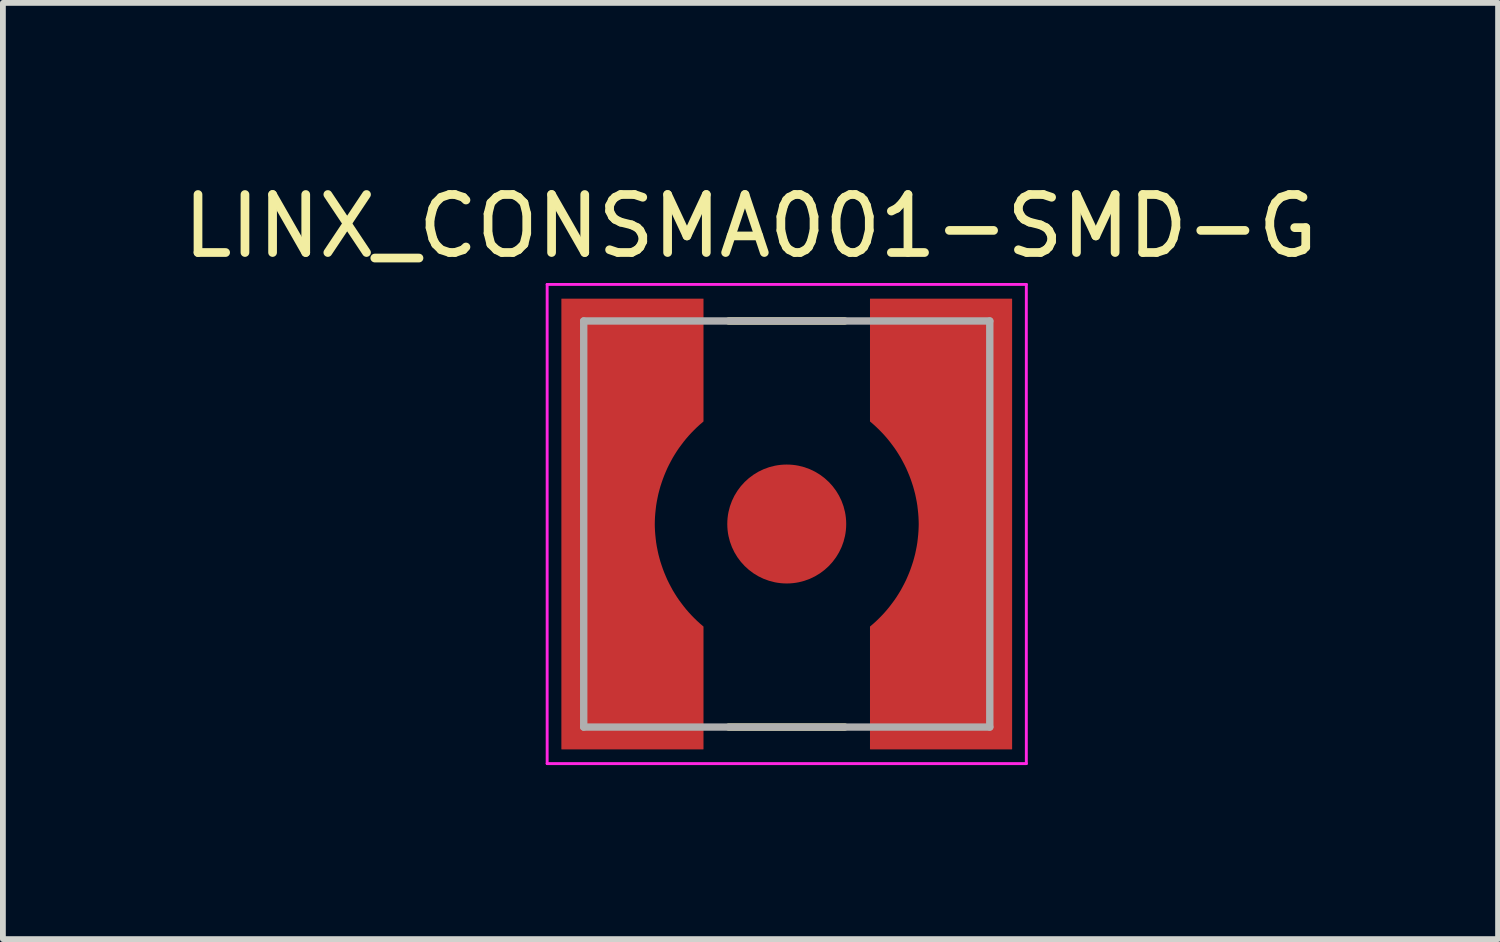
<source format=kicad_pcb>
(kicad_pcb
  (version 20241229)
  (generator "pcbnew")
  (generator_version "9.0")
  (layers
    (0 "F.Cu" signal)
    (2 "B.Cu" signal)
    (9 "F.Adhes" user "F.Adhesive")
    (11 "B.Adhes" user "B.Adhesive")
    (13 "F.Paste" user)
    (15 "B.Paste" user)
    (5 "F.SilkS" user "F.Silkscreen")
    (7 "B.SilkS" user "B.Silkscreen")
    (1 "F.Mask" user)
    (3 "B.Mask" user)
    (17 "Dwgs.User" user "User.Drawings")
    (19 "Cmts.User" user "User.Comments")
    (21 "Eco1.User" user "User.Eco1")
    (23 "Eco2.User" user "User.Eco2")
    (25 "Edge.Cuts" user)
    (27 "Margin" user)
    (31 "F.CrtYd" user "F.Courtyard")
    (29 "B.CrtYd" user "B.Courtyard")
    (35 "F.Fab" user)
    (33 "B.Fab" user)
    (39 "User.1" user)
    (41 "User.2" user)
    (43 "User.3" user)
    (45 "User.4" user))
  (footprint "LINX_CONSMA001-SMD-G"
    (layer "F.Cu")
    (at 10.512 5.983)
    (property "Reference" "LINX_CONSMA001-SMD-G" (at -0.625 -5.135 0) (layer "F.SilkS") (effects (font (size 1 1) (thickness 0.15))))
    (attr through_hole)
    (fp_poly (pts (xy -1.34 -3.98) (xy -3.98 -3.98) (xy -3.98 3.98) (xy -1.34 3.98) (xy -1.34 1.72) (xy -1.381 1.687) (xy -1.43 1.645) (xy -1.478 1.602) (xy -1.524 1.557) (xy -1.569 1.511) (xy -1.613 1.464) (xy -1.655 1.416) (xy -1.696 1.366) (xy -1.736 1.315) (xy -1.774 1.263) (xy -1.81 1.21) (xy -1.845 1.156) (xy -1.878 1.101) (xy -1.91 1.045) (xy -1.94 0.988) (xy -1.968 0.931) (xy -1.995 0.872) (xy -2.02 0.813) (xy -2.043 0.753) (xy -2.065 0.692) (xy -2.084 0.631) (xy -2.102 0.569) (xy -2.118 0.507) (xy -2.133 0.444) (xy -2.145 0.381) (xy -2.156 0.318) (xy -2.164 0.254) (xy -2.171 0.19) (xy -2.176 0.126) (xy -2.18 0.05) (xy -2.179 -0.028) (xy -2.176 -0.097) (xy -2.171 -0.166) (xy -2.164 -0.235) (xy -2.155 -0.303) (xy -2.144 -0.371) (xy -2.131 -0.439) (xy -2.116 -0.506) (xy -2.099 -0.573) (xy -2.08 -0.639) (xy -2.06 -0.705) (xy -2.037 -0.77) (xy -2.012 -0.835) (xy -1.986 -0.899) (xy -1.958 -0.962) (xy -1.928 -1.024) (xy -1.896 -1.085) (xy -1.862 -1.145) (xy -1.827 -1.204) (xy -1.79 -1.262) (xy -1.751 -1.32) (xy -1.711 -1.375) (xy -1.669 -1.43) (xy -1.625 -1.484) (xy -1.58 -1.536) (xy -1.533 -1.587) (xy -1.485 -1.636) (xy -1.436 -1.684) (xy -1.385 -1.731) (xy -1.34 -1.77) (xy -1.34 -3.98)) (stroke (width 0.01) (type solid)) (fill yes) (layer "F.Mask"))
    (fp_poly (pts (xy 1.34 -3.98) (xy 3.98 -3.98) (xy 3.98 3.98) (xy 1.34 3.98) (xy 1.34 1.72) (xy 1.391 1.677) (xy 1.441 1.633) (xy 1.489 1.588) (xy 1.536 1.542) (xy 1.581 1.494) (xy 1.625 1.445) (xy 1.667 1.395) (xy 1.708 1.343) (xy 1.748 1.29) (xy 1.786 1.237) (xy 1.822 1.182) (xy 1.857 1.126) (xy 1.89 1.069) (xy 1.921 1.011) (xy 1.951 0.952) (xy 1.979 0.892) (xy 2.005 0.832) (xy 2.03 0.771) (xy 2.053 0.709) (xy 2.074 0.647) (xy 2.093 0.584) (xy 2.11 0.52) (xy 2.125 0.456) (xy 2.139 0.391) (xy 2.15 0.327) (xy 2.16 0.261) (xy 2.168 0.196) (xy 2.174 0.13) (xy 2.178 0.065) (xy 2.18 0) (xy 2.179 -0.052) (xy 2.176 -0.119) (xy 2.171 -0.186) (xy 2.164 -0.253) (xy 2.156 -0.32) (xy 2.145 -0.387) (xy 2.132 -0.453) (xy 2.118 -0.519) (xy 2.101 -0.584) (xy 2.083 -0.649) (xy 2.062 -0.713) (xy 2.04 -0.777) (xy 2.016 -0.84) (xy 1.99 -0.902) (xy 1.963 -0.964) (xy 1.933 -1.025) (xy 1.902 -1.084) (xy 1.87 -1.143) (xy 1.835 -1.201) (xy 1.799 -1.258) (xy 1.761 -1.314) (xy 1.721 -1.368) (xy 1.68 -1.422) (xy 1.638 -1.474) (xy 1.594 -1.525) (xy 1.548 -1.575) (xy 1.501 -1.623) (xy 1.453 -1.67) (xy 1.403 -1.716) (xy 1.34 -1.77) (xy 1.34 -3.98)) (stroke (width 0.01) (type solid)) (fill yes) (layer "F.Mask"))
    (fp_line (start -1 -3.5) (end 1 -3.5) (stroke (width 0.127) (type solid)) (layer "F.SilkS"))
    (fp_line (start -1 3.5) (end 1 3.5) (stroke (width 0.127) (type solid)) (layer "F.SilkS"))
    (fp_poly (pts (xy -1.44 -3.88) (xy -3.88 -3.88) (xy -3.88 3.88) (xy -1.44 3.88) (xy -1.44 1.77) (xy -1.503 1.716) (xy -1.553 1.67) (xy -1.601 1.623) (xy -1.648 1.575) (xy -1.694 1.525) (xy -1.738 1.474) (xy -1.78 1.422) (xy -1.821 1.368) (xy -1.861 1.314) (xy -1.899 1.258) (xy -1.935 1.201) (xy -1.97 1.143) (xy -2.002 1.084) (xy -2.033 1.025) (xy -2.063 0.964) (xy -2.09 0.902) (xy -2.116 0.84) (xy -2.14 0.777) (xy -2.162 0.713) (xy -2.183 0.649) (xy -2.201 0.584) (xy -2.218 0.519) (xy -2.232 0.453) (xy -2.245 0.387) (xy -2.256 0.32) (xy -2.264 0.253) (xy -2.271 0.186) (xy -2.276 0.119) (xy -2.279 0.052) (xy -2.28 0) (xy -2.279 -0.052) (xy -2.276 -0.119) (xy -2.271 -0.186) (xy -2.264 -0.253) (xy -2.256 -0.32) (xy -2.245 -0.387) (xy -2.232 -0.453) (xy -2.218 -0.519) (xy -2.201 -0.584) (xy -2.183 -0.649) (xy -2.162 -0.713) (xy -2.14 -0.777) (xy -2.116 -0.84) (xy -2.09 -0.902) (xy -2.063 -0.964) (xy -2.033 -1.025) (xy -2.002 -1.084) (xy -1.97 -1.143) (xy -1.935 -1.201) (xy -1.899 -1.258) (xy -1.861 -1.314) (xy -1.821 -1.368) (xy -1.78 -1.422) (xy -1.738 -1.474) (xy -1.694 -1.525) (xy -1.648 -1.575) (xy -1.601 -1.623) (xy -1.553 -1.67) (xy -1.503 -1.716) (xy -1.44 -1.77) (xy -1.44 -3.88)) (stroke (width 0.01) (type solid)) (fill yes) (layer "F.Paste"))
    (fp_poly (pts (xy 1.44 -3.88) (xy 3.88 -3.88) (xy 3.88 3.88) (xy 1.44 3.88) (xy 1.44 1.77) (xy 1.503 1.716) (xy 1.553 1.67) (xy 1.601 1.623) (xy 1.648 1.575) (xy 1.694 1.525) (xy 1.738 1.474) (xy 1.78 1.422) (xy 1.821 1.368) (xy 1.861 1.314) (xy 1.899 1.258) (xy 1.935 1.201) (xy 1.97 1.143) (xy 2.002 1.084) (xy 2.033 1.025) (xy 2.063 0.964) (xy 2.09 0.902) (xy 2.116 0.84) (xy 2.14 0.777) (xy 2.162 0.713) (xy 2.183 0.649) (xy 2.201 0.584) (xy 2.218 0.519) (xy 2.232 0.453) (xy 2.245 0.387) (xy 2.256 0.32) (xy 2.264 0.253) (xy 2.271 0.186) (xy 2.276 0.119) (xy 2.279 0.052) (xy 2.28 0) (xy 2.279 -0.052) (xy 2.276 -0.119) (xy 2.271 -0.186) (xy 2.264 -0.253) (xy 2.256 -0.32) (xy 2.245 -0.387) (xy 2.232 -0.453) (xy 2.218 -0.519) (xy 2.201 -0.584) (xy 2.183 -0.649) (xy 2.162 -0.713) (xy 2.14 -0.777) (xy 2.116 -0.84) (xy 2.09 -0.902) (xy 2.063 -0.964) (xy 2.033 -1.025) (xy 2.002 -1.084) (xy 1.97 -1.143) (xy 1.935 -1.201) (xy 1.899 -1.258) (xy 1.861 -1.314) (xy 1.821 -1.368) (xy 1.78 -1.422) (xy 1.738 -1.474) (xy 1.694 -1.525) (xy 1.648 -1.575) (xy 1.601 -1.623) (xy 1.553 -1.67) (xy 1.503 -1.716) (xy 1.44 -1.77) (xy 1.44 -3.88)) (stroke (width 0.01) (type solid)) (fill yes) (layer "F.Paste"))
    (fp_line (start -4.13 -4.13) (end 4.13 -4.13) (stroke (width 0.05) (type solid)) (layer "F.CrtYd"))
    (fp_line (start -4.13 4.13) (end -4.13 -4.13) (stroke (width 0.05) (type solid)) (layer "F.CrtYd"))
    (fp_line (start 4.13 -4.13) (end 4.13 4.13) (stroke (width 0.05) (type solid)) (layer "F.CrtYd"))
    (fp_line (start 4.13 4.13) (end -4.13 4.13) (stroke (width 0.05) (type solid)) (layer "F.CrtYd"))
    (fp_line (start -3.5 -3.5) (end 3.5 -3.5) (stroke (width 0.127) (type solid)) (layer "F.Fab"))
    (fp_line (start -3.5 3.5) (end -3.5 -3.5) (stroke (width 0.127) (type solid)) (layer "F.Fab"))
    (fp_line (start 3.5 -3.5) (end 3.5 3.5) (stroke (width 0.127) (type solid)) (layer "F.Fab"))
    (fp_line (start 3.5 3.5) (end -3.5 3.5) (stroke (width 0.127) (type solid)) (layer "F.Fab"))
    (pad "1" smd circle (at 0 0) (size 2.05 2.05) (layers "F.Cu" "F.Mask" "F.Paste"))
    (pad "S1" smd custom (at -3.1 0) (size 1 1) (layers "F.Cu") (options (anchor rect)) (primitives (gr_poly (pts (xy 1.66 -3.88) (xy -0.78 -3.88) (xy -0.78 3.88) (xy 1.66 3.88) (xy 1.66 1.77) (xy 1.597 1.716) (xy 1.547 1.67) (xy 1.499 1.623) (xy 1.452 1.575) (xy 1.406 1.525) (xy 1.362 1.474) (xy 1.32 1.422) (xy 1.279 1.368) (xy 1.239 1.314) (xy 1.201 1.258) (xy 1.165 1.201) (xy 1.13 1.143) (xy 1.098 1.084) (xy 1.067 1.025) (xy 1.037 0.964) (xy 1.01 0.902) (xy 0.984 0.84) (xy 0.96 0.777) (xy 0.938 0.713) (xy 0.917 0.649) (xy 0.899 0.584) (xy 0.882 0.519) (xy 0.868 0.453) (xy 0.855 0.387) (xy 0.844 0.32) (xy 0.836 0.253) (xy 0.829 0.186) (xy 0.824 0.119) (xy 0.821 0.052) (xy 0.82 0) (xy 0.821 -0.052) (xy 0.824 -0.119) (xy 0.829 -0.186) (xy 0.836 -0.253) (xy 0.844 -0.32) (xy 0.855 -0.387) (xy 0.868 -0.453) (xy 0.882 -0.519) (xy 0.899 -0.584) (xy 0.917 -0.649) (xy 0.938 -0.713) (xy 0.96 -0.777) (xy 0.984 -0.84) (xy 1.01 -0.902) (xy 1.037 -0.964) (xy 1.067 -1.025) (xy 1.098 -1.084) (xy 1.13 -1.143) (xy 1.165 -1.201) (xy 1.201 -1.258) (xy 1.239 -1.314) (xy 1.279 -1.368) (xy 1.32 -1.422) (xy 1.362 -1.474) (xy 1.406 -1.525) (xy 1.452 -1.575) (xy 1.499 -1.623) (xy 1.547 -1.67) (xy 1.597 -1.716) (xy 1.66 -1.77) (xy 1.66 -3.88)) (width 0.01) (fill yes))))
    (pad "S2" smd custom (at 3.1 0) (size 1 1) (layers "F.Cu") (options (anchor rect)) (primitives (gr_poly (pts (xy -1.66 -3.88) (xy 0.78 -3.88) (xy 0.78 3.88) (xy -1.66 3.88) (xy -1.66 1.77) (xy -1.597 1.716) (xy -1.547 1.67) (xy -1.499 1.623) (xy -1.452 1.575) (xy -1.406 1.525) (xy -1.362 1.474) (xy -1.32 1.422) (xy -1.279 1.368) (xy -1.239 1.314) (xy -1.201 1.258) (xy -1.165 1.201) (xy -1.13 1.143) (xy -1.098 1.084) (xy -1.067 1.025) (xy -1.037 0.964) (xy -1.01 0.902) (xy -0.984 0.84) (xy -0.96 0.777) (xy -0.938 0.713) (xy -0.917 0.649) (xy -0.899 0.584) (xy -0.882 0.519) (xy -0.868 0.453) (xy -0.855 0.387) (xy -0.844 0.32) (xy -0.836 0.253) (xy -0.829 0.186) (xy -0.824 0.119) (xy -0.821 0.052) (xy -0.82 0) (xy -0.821 -0.052) (xy -0.824 -0.119) (xy -0.829 -0.186) (xy -0.836 -0.253) (xy -0.844 -0.32) (xy -0.855 -0.387) (xy -0.868 -0.453) (xy -0.882 -0.519) (xy -0.899 -0.584) (xy -0.917 -0.649) (xy -0.938 -0.713) (xy -0.96 -0.777) (xy -0.984 -0.84) (xy -1.01 -0.902) (xy -1.037 -0.964) (xy -1.067 -1.025) (xy -1.098 -1.084) (xy -1.13 -1.143) (xy -1.165 -1.201) (xy -1.201 -1.258) (xy -1.239 -1.314) (xy -1.279 -1.368) (xy -1.32 -1.422) (xy -1.362 -1.474) (xy -1.406 -1.525) (xy -1.452 -1.575) (xy -1.499 -1.623) (xy -1.547 -1.67) (xy -1.597 -1.716) (xy -1.66 -1.77) (xy -1.66 -2.35) (xy -1.66 -3.88)) (width 0.01) (fill yes)))))
  (gr_rect
    (start -3 -3)
    (end 22.774 13.138)
    (stroke (width 0.1) (type default))
    (fill no)
    (layer "Edge.Cuts")))
</source>
